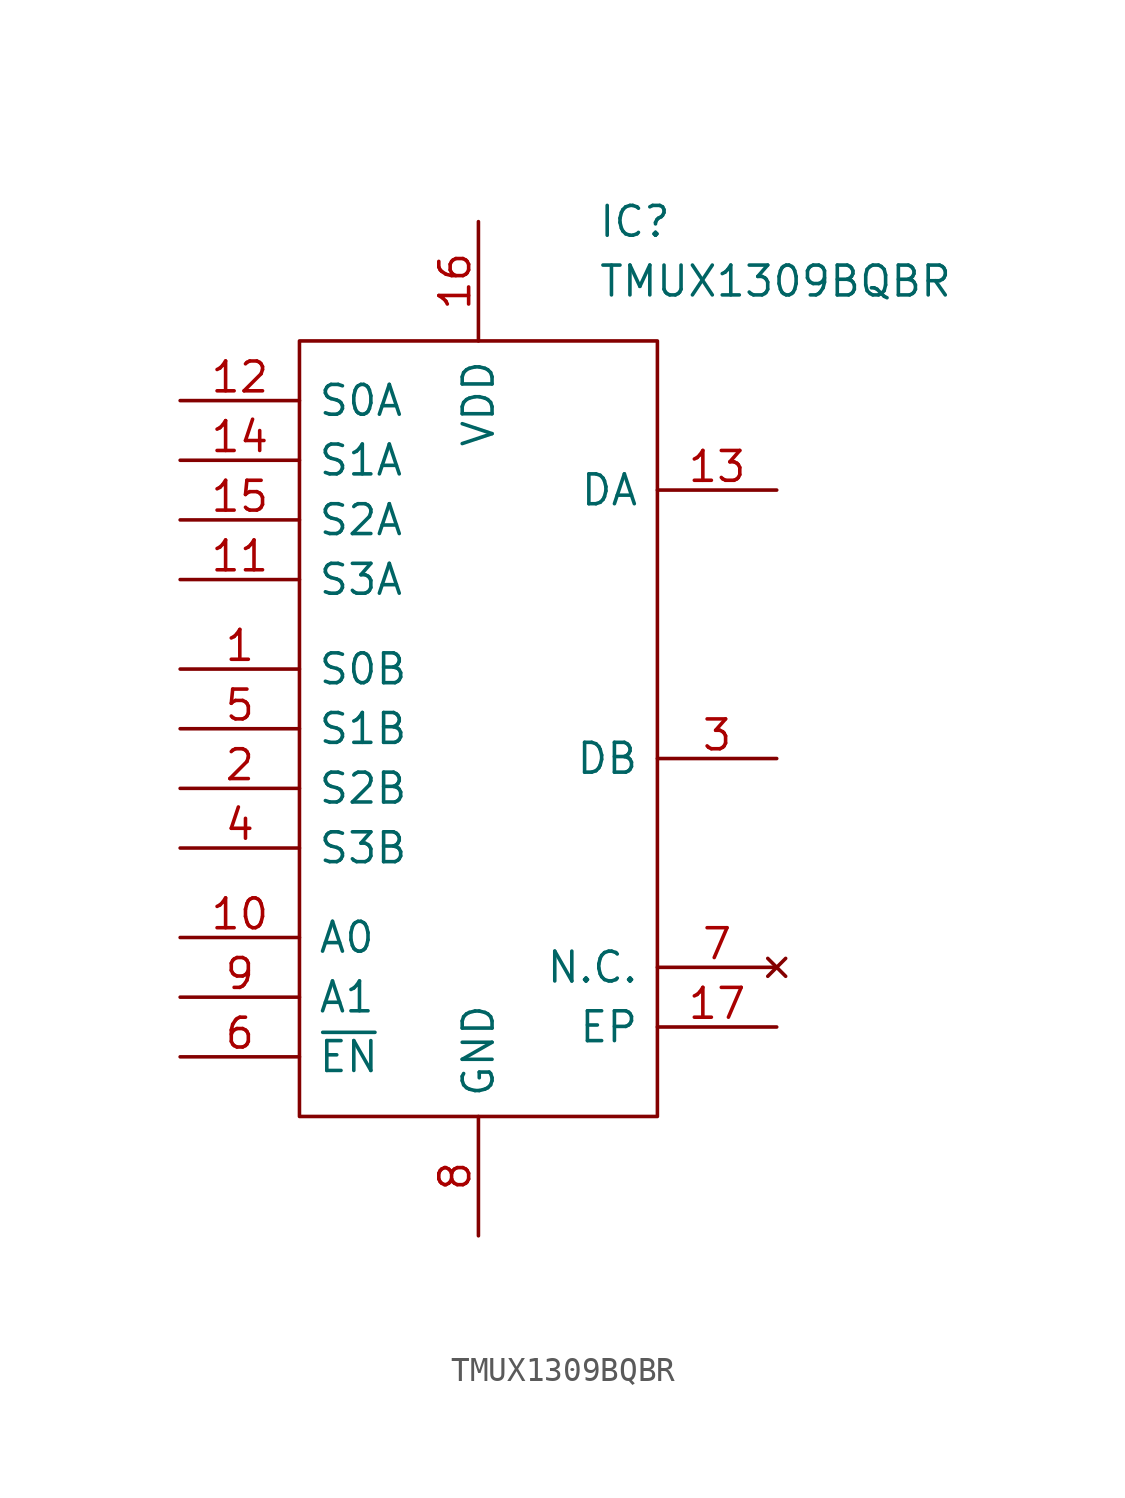
<source format=kicad_sym>
(kicad_symbol_lib
  (version 20211014)
  (generator kicad_symbol_editor)
  (symbol "TMUX1309BQBR"
    (pin_names
      (offset 0.762))
    (property "Reference" "IC"
      (at 17.78 15.24 0)
      (effects (font (size 1.27 1.27)) (justify left)))
    (property "Value" "TMUX1309BQBR"
      (at 17.78 12.7 0)
      (effects (font (size 1.27 1.27)) (justify left)))
    (symbol "TMUX1309BQBR_0_0"
      (pin passive line (at 0 -3.81 0) (length 5.08) (name "S0B" (effects (font (size 1.27 1.27)))) (number "1" (effects (font (size 1.27 1.27)))))
      (pin passive line (at 0 -15.24 0) (length 5.08) (name "A0" (effects (font (size 1.27 1.27)))) (number "10" (effects (font (size 1.27 1.27)))))
      (pin passive line (at 0 0 0) (length 5.08) (name "S3A" (effects (font (size 1.27 1.27)))) (number "11" (effects (font (size 1.27 1.27)))))
      (pin passive line (at 0 7.62 0) (length 5.08) (name "S0A" (effects (font (size 1.27 1.27)))) (number "12" (effects (font (size 1.27 1.27)))))
      (pin passive line (at 25.4 3.81 180) (length 5.08) (name "DA" (effects (font (size 1.27 1.27)))) (number "13" (effects (font (size 1.27 1.27)))))
      (pin passive line (at 0 5.08 0) (length 5.08) (name "S1A" (effects (font (size 1.27 1.27)))) (number "14" (effects (font (size 1.27 1.27)))))
      (pin passive line (at 0 2.54 0) (length 5.08) (name "S2A" (effects (font (size 1.27 1.27)))) (number "15" (effects (font (size 1.27 1.27)))))
      (pin passive line (at 12.7 15.24 270) (length 5.08) (name "VDD" (effects (font (size 1.27 1.27)))) (number "16" (effects (font (size 1.27 1.27)))))
      (pin passive line (at 25.4 -19.05 180) (length 5.08) (name "EP" (effects (font (size 1.27 1.27)))) (number "17" (effects (font (size 1.27 1.27)))))
      (pin passive line (at 0 -8.89 0) (length 5.08) (name "S2B" (effects (font (size 1.27 1.27)))) (number "2" (effects (font (size 1.27 1.27)))))
      (pin passive line (at 25.4 -7.62 180) (length 5.08) (name "DB" (effects (font (size 1.27 1.27)))) (number "3" (effects (font (size 1.27 1.27)))))
      (pin passive line (at 0 -11.43 0) (length 5.08) (name "S3B" (effects (font (size 1.27 1.27)))) (number "4" (effects (font (size 1.27 1.27)))))
      (pin passive line (at 0 -6.35 0) (length 5.08) (name "S1B" (effects (font (size 1.27 1.27)))) (number "5" (effects (font (size 1.27 1.27)))))
      (pin passive line (at 0 -20.32 0) (length 5.08) (name "~{EN}" (effects (font (size 1.27 1.27)))) (number "6" (effects (font (size 1.27 1.27)))))
      (pin no_connect line (at 25.4 -16.51 180) (length 5.08) (name "N.C." (effects (font (size 1.27 1.27)))) (number "7" (effects (font (size 1.27 1.27)))))
      (pin passive line (at 12.7 -27.94 90) (length 5.08) (name "GND" (effects (font (size 1.27 1.27)))) (number "8" (effects (font (size 1.27 1.27)))))
      (pin passive line (at 0 -17.78 0) (length 5.08) (name "A1" (effects (font (size 1.27 1.27)))) (number "9" (effects (font (size 1.27 1.27))))))
    (symbol "TMUX1309BQBR_0_1"
      (polyline (pts (xy 5.08 10.16) (xy 20.32 10.16) (xy 20.32 -22.86) (xy 5.08 -22.86) (xy 5.08 10.16)) (stroke (width 0.152) (type default) (color 0 0 0 0)) (fill (type none))))))
</source>
